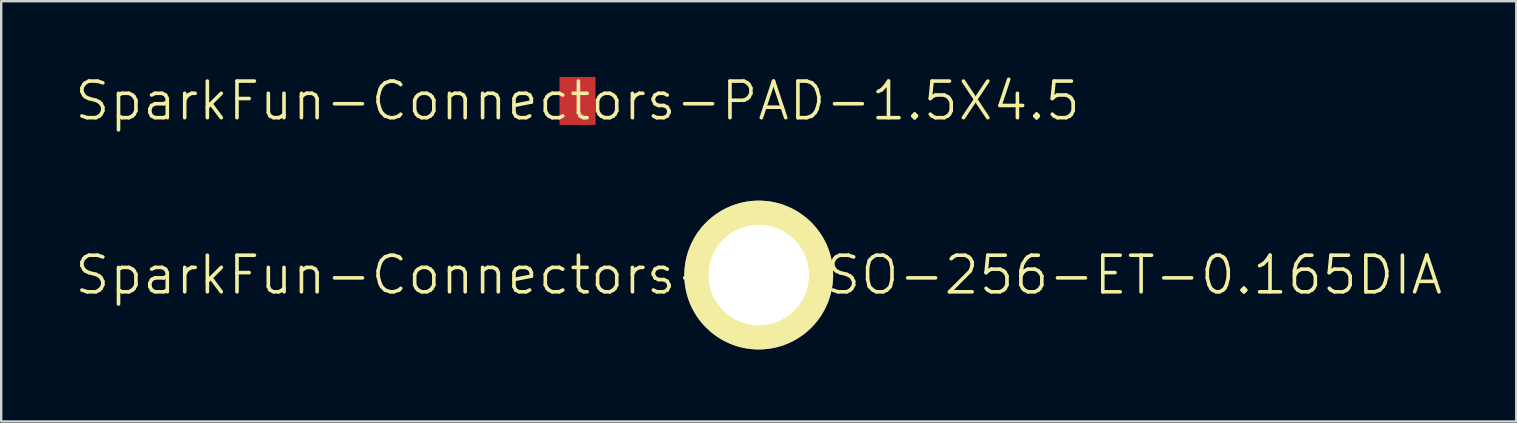
<source format=kicad_pcb>
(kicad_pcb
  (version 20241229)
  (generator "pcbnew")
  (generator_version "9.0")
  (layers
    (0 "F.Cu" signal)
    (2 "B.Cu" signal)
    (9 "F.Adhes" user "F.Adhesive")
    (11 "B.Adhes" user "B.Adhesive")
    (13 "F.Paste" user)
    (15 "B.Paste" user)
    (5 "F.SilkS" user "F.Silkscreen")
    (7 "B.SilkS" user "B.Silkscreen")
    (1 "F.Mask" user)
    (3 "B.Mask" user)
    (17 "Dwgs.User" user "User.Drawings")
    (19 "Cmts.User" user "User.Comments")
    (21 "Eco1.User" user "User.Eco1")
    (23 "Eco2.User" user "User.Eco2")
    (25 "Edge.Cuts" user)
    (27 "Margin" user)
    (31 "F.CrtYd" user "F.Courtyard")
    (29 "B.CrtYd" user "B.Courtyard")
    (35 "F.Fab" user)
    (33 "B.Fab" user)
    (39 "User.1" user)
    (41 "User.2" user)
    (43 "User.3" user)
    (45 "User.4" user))
  (footprint "SparkFun-Connectors-SMTSO-256-ET-0.165DIA"
    (layer "F.Cu")
    (at 28.557 8.408)
    (property "Reference" "SparkFun-Connectors-SMTSO-256-ET-0.165DIA" (at 0 0 0) (layer "F.SilkS") (effects (font (size 1.524 1.524) (thickness 0.15))))
    (attr exclude_from_pos_files exclude_from_bom)
    (fp_arc (start -2.286 -1.016) (mid -1.770063 -1.767747) (end -1.018992 -2.284668) (stroke (width 1.016) (type solid)) (layer "F.SilkS"))
    (fp_arc (start -1.016 2.286) (mid -1.767747 1.770063) (end -2.284668 1.018992) (stroke (width 1.016) (type solid)) (layer "F.SilkS"))
    (fp_arc (start 1.016 -2.286) (mid 1.767747 -1.770063) (end 2.284668 -1.018992) (stroke (width 1.016) (type solid)) (layer "F.SilkS"))
    (fp_arc (start 2.286 1.016) (mid 1.770063 1.767747) (end 1.018992 2.284668) (stroke (width 1.016) (type solid)) (layer "F.SilkS"))
    (fp_circle (center 0 0) (end -0.508 0.508) (stroke (width 0.064) (type solid)) (fill no) (layer "F.SilkS"))
    (pad "P$1" thru_hole circle (at 0 0) (size 6.198 6.198) (drill 4.191) (layers "*.Cu" "F.Mask" "F.SilkS" "F.Paste")))
  (footprint "SparkFun-Connectors-PAD-1.5X4.5"
    (layer "F.Cu")
    (at 21.009 1.155)
    (property "Reference" "SparkFun-Connectors-PAD-1.5X4.5" (at 0 0 0) (layer "F.SilkS") (effects (font (size 1.524 1.524) (thickness 0.15))))
    (attr smd)
    (pad "P$1" smd rect (at 0 0) (size 1.499 1.999) (layers "F.Cu" "F.Mask" "F.Paste")))
  (gr_rect
    (start -3 -3)
    (end 60.114 14.507)
    (stroke (width 0.1) (type default))
    (fill no)
    (layer "Edge.Cuts")))
</source>
